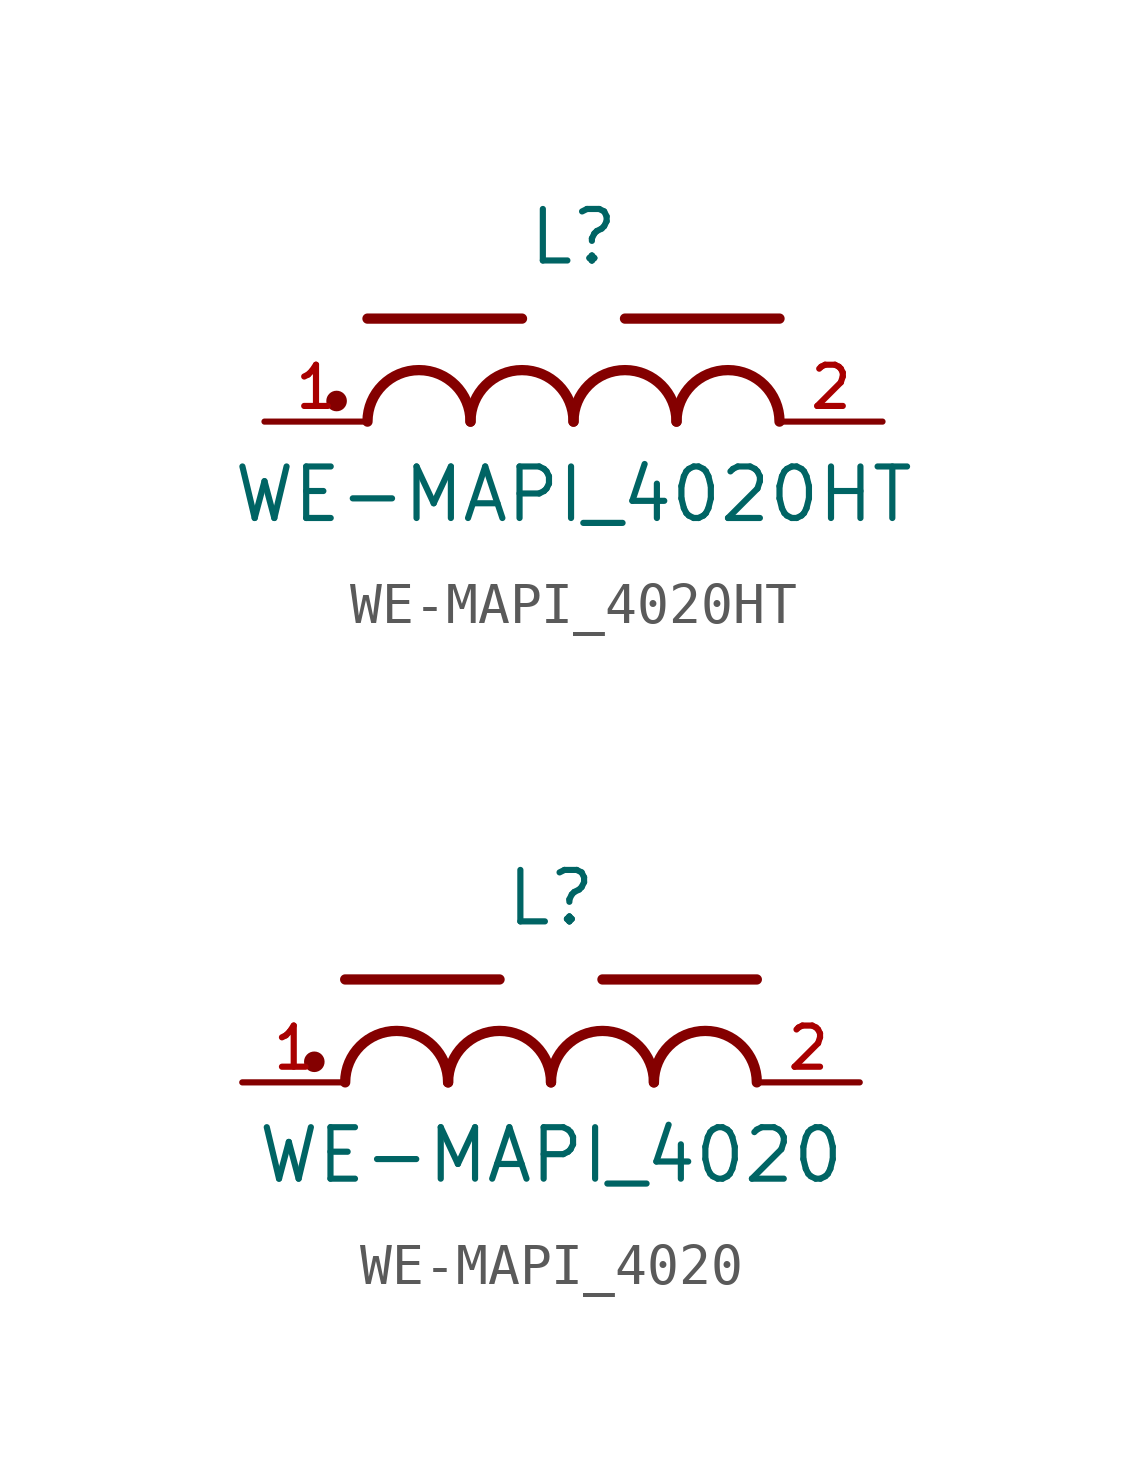
<source format=kicad_sym>
(kicad_symbol_lib
  (version 20211014)
  (generator kicad_symbol_editor)
  (symbol "WE-MAPI_4020HT"
    (pin_names
      (offset 1.016))
    (property "Reference" "L"
      (at 0.0 3.81 0)
      (effects (font (size 1.27 1.27)) (justify bottom)))
    (property "Value" "WE-MAPI_4020HT"
      (at 0.0 -2.54 0)
      (effects (font (size 1.27 1.27)) (justify bottom)))
    (symbol "WE-MAPI_4020HT_0_0"
      (arc (start -2.54 0.0) (mid -3.81 1.27) (end -5.08 0.0) (stroke (width 0.254) (type default) (color 0 0 0 0)) (fill (type none)))
      (arc (start 0.0 0.0) (mid -1.27 1.27) (end -2.54 0.0) (stroke (width 0.254) (type default) (color 0 0 0 0)) (fill (type none)))
      (arc (start 2.54 0.0) (mid 1.27 1.27) (end 0.0 0.0) (stroke (width 0.254) (type default) (color 0 0 0 0)) (fill (type none)))
      (arc (start 5.08 0.0) (mid 3.81 1.27) (end 2.54 0.0) (stroke (width 0.254) (type default) (color 0 0 0 0)) (fill (type none)))
      (polyline (pts (xy -5.08 2.54) (xy -1.27 2.54)) (stroke (width 0.254)))
      (polyline (pts (xy 1.27 2.54) (xy 5.08 2.54)) (stroke (width 0.254)))
      (circle (center -5.842 0.508) (radius 0.127) (stroke (width 0.254)) (fill (type none)))
      (pin passive line (at -7.62 0.0 0) (length 2.54) (name "~" (effects (font (size 1.016 1.016)))) (number "1" (effects (font (size 1.016 1.016)))))
      (pin passive line (at 7.62 0.0 180.0) (length 2.54) (name "~" (effects (font (size 1.016 1.016)))) (number "2" (effects (font (size 1.016 1.016)))))))
  (symbol "WE-MAPI_4020"
    (pin_names
      (offset 1.016))
    (property "Reference" "L"
      (at 0.0 3.81 0)
      (effects (font (size 1.27 1.27)) (justify bottom)))
    (property "Value" "WE-MAPI_4020"
      (at 0.0 -2.54 0)
      (effects (font (size 1.27 1.27)) (justify bottom)))
    (symbol "WE-MAPI_4020_0_0"
      (arc (start -2.54 0.0) (mid -3.81 1.27) (end -5.08 0.0) (stroke (width 0.254) (type default) (color 0 0 0 0)) (fill (type none)))
      (arc (start 0.0 0.0) (mid -1.27 1.27) (end -2.54 0.0) (stroke (width 0.254) (type default) (color 0 0 0 0)) (fill (type none)))
      (arc (start 2.54 0.0) (mid 1.27 1.27) (end 0.0 0.0) (stroke (width 0.254) (type default) (color 0 0 0 0)) (fill (type none)))
      (arc (start 5.08 0.0) (mid 3.81 1.27) (end 2.54 0.0) (stroke (width 0.254) (type default) (color 0 0 0 0)) (fill (type none)))
      (polyline (pts (xy -5.08 2.54) (xy -1.27 2.54)) (stroke (width 0.254)))
      (polyline (pts (xy 1.27 2.54) (xy 5.08 2.54)) (stroke (width 0.254)))
      (circle (center -5.842 0.508) (radius 0.127) (stroke (width 0.254)) (fill (type none)))
      (pin passive line (at -7.62 0.0 0) (length 2.54) (name "~" (effects (font (size 1.016 1.016)))) (number "1" (effects (font (size 1.016 1.016)))))
      (pin passive line (at 7.62 0.0 180.0) (length 2.54) (name "~" (effects (font (size 1.016 1.016)))) (number "2" (effects (font (size 1.016 1.016))))))))
</source>
